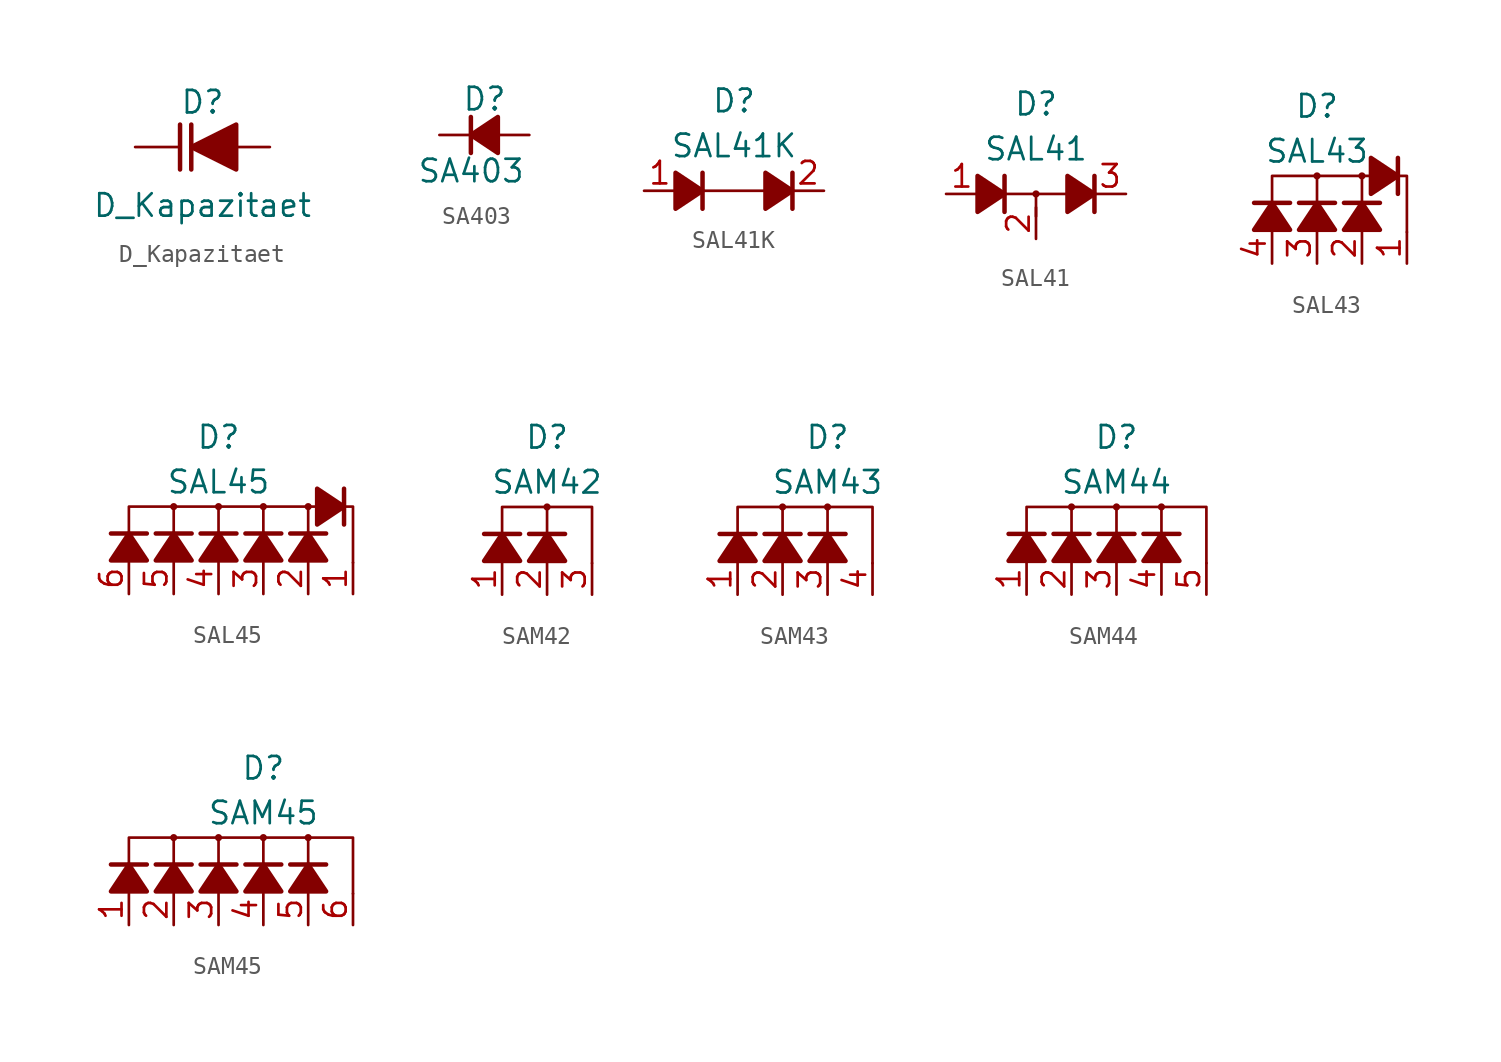
<source format=kicad_sym>
(kicad_symbol_lib
  (version 20241209)
  (generator "kicad_symbol_editor")
  (generator_version "9.0")
  (symbol "D_Kapazitaet"
    (pin_numbers
      (hide yes))
    (pin_names
      (offset 1.016)
      (hide yes))
    (property "Reference" "D"
      (at 0 2.54 0)
      (effects (font (size 1.27 1.27))))
    (property "Value" "D_Kapazitaet"
      (at 0 -3.302 0)
      (effects (font (size 1.27 1.27))))
    (symbol "D_Kapazitaet_0_1"
      (polyline (pts (xy -1.27 1.27) (xy -1.27 -1.27)) (stroke (width 0.254) (type default)) (fill (type none)))
      (polyline (pts (xy -0.635 1.27) (xy -0.635 -1.27)) (stroke (width 0.254) (type default)) (fill (type none)))
      (polyline (pts (xy 1.905 1.27) (xy 1.905 -1.27) (xy -0.635 0) (xy 1.905 1.27)) (stroke (width 0.254) (type default)) (fill (type outline))))
    (symbol "D_Kapazitaet_1_1"
      (pin passive line (at -3.81 0 0) (length 2.54) (name "K" (effects (font (size 1.27 1.27)))) (number "1" (effects (font (size 1.27 1.27)))))
      (pin passive line (at 3.81 0 180) (length 2.54) (name "A" (effects (font (size 1.27 1.27)))) (number "2" (effects (font (size 1.27 1.27)))))))
  (symbol "SA403"
    (pin_numbers
      (hide yes))
    (pin_names
      (offset 0.254)
      (hide yes))
    (property "Reference" "D"
      (at -1.27 2.032 0)
      (effects (font (size 1.27 1.27)) (justify left)))
    (property "Value" "SA403"
      (at -3.81 -2.032 0)
      (effects (font (size 1.27 1.27)) (justify left)))
    (symbol "SA403_0_1"
      (polyline (pts (xy -0.762 0) (xy 0.762 0)) (stroke (width 0) (type default)) (fill (type none)))
      (polyline (pts (xy -0.762 -1.016) (xy -0.762 1.016)) (stroke (width 0.254) (type default)) (fill (type none)))
      (polyline (pts (xy 0.762 -1.016) (xy -0.762 0) (xy 0.762 1.016) (xy 0.762 -1.016)) (stroke (width 0.254) (type default)) (fill (type outline))))
    (symbol "SA403_1_1"
      (pin passive line (at -2.54 0 0) (length 1.778) (name "K" (effects (font (size 1.27 1.27)))) (number "1" (effects (font (size 1.27 1.27)))))
      (pin passive line (at 2.54 0 180) (length 1.778) (name "A" (effects (font (size 1.27 1.27)))) (number "2" (effects (font (size 1.27 1.27)))))))
  (symbol "SAL41K"
    (pin_names
      (hide yes))
    (property "Reference" "D"
      (at 0 5.08 0)
      (effects (font (size 1.27 1.27))))
    (property "Value" "SAL41K"
      (at 0 2.54 0)
      (effects (font (size 1.27 1.27))))
    (symbol "SAL41K_0_1"
      (polyline (pts (xy -3.302 0) (xy -1.778 0)) (stroke (width 0) (type default)) (fill (type none)))
      (polyline (pts (xy -3.302 -1.016) (xy -1.778 0) (xy -3.302 1.016) (xy -3.302 -1.016)) (stroke (width 0.254) (type default)) (fill (type outline)))
      (polyline (pts (xy -1.778 -1.016) (xy -1.778 1.016)) (stroke (width 0.254) (type default)) (fill (type none)))
      (polyline (pts (xy 1.778 0) (xy 3.302 0)) (stroke (width 0) (type default)) (fill (type none)))
      (polyline (pts (xy 1.778 -1.016) (xy 3.302 0) (xy 1.778 1.016) (xy 1.778 -1.016)) (stroke (width 0.254) (type default)) (fill (type outline)))
      (polyline (pts (xy 1.905 0) (xy -1.905 0)) (stroke (width 0.152) (type default)) (fill (type none)))
      (polyline (pts (xy 3.302 -1.016) (xy 3.302 1.016)) (stroke (width 0.254) (type default)) (fill (type none))))
    (symbol "SAL41K_1_1"
      (pin passive line (at -5.08 0 0) (length 1.778) (name "A" (effects (font (size 1.27 1.27)))) (number "1" (effects (font (size 1.27 1.27)))))
      (pin passive line (at 5.08 0 180) (length 1.778) (name "K" (effects (font (size 1.27 1.27)))) (number "2" (effects (font (size 1.27 1.27)))))))
  (symbol "SAL41"
    (pin_names
      (hide yes))
    (property "Reference" "D"
      (at 0 5.08 0)
      (effects (font (size 1.27 1.27))))
    (property "Value" "SAL41"
      (at 0 2.54 0)
      (effects (font (size 1.27 1.27))))
    (symbol "SAL41_0_0"
      (circle (center 0 0) (radius 0.127) (stroke (width 0.152) (type default)) (fill (type none))))
    (symbol "SAL41_0_1"
      (polyline (pts (xy -3.302 0) (xy -1.778 0)) (stroke (width 0) (type default)) (fill (type none)))
      (polyline (pts (xy -3.302 -1.016) (xy -1.778 0) (xy -3.302 1.016) (xy -3.302 -1.016)) (stroke (width 0.254) (type default)) (fill (type outline)))
      (polyline (pts (xy -1.778 -1.016) (xy -1.778 1.016)) (stroke (width 0.254) (type default)) (fill (type none)))
      (polyline (pts (xy 0 -1.27) (xy 0 0)) (stroke (width 0.152) (type default)) (fill (type none)))
      (polyline (pts (xy 1.778 0) (xy 3.302 0)) (stroke (width 0) (type default)) (fill (type none)))
      (polyline (pts (xy 1.778 -1.016) (xy 3.302 0) (xy 1.778 1.016) (xy 1.778 -1.016)) (stroke (width 0.254) (type default)) (fill (type outline)))
      (polyline (pts (xy 1.905 0) (xy -1.905 0)) (stroke (width 0.152) (type default)) (fill (type none)))
      (polyline (pts (xy 3.302 -1.016) (xy 3.302 1.016)) (stroke (width 0.254) (type default)) (fill (type none))))
    (symbol "SAL41_1_1"
      (pin passive line (at -5.08 0 0) (length 1.778) (name "A" (effects (font (size 1.27 1.27)))) (number "1" (effects (font (size 1.27 1.27)))))
      (pin passive line (at 0 -2.54 90) (length 1.778) (name "KA" (effects (font (size 1.27 1.27)))) (number "2" (effects (font (size 1.27 1.27)))))
      (pin passive line (at 5.08 0 180) (length 1.778) (name "K" (effects (font (size 1.27 1.27)))) (number "3" (effects (font (size 1.27 1.27)))))))
  (symbol "SAL43"
    (pin_names
      (hide yes))
    (property "Reference" "D"
      (at 0 5.08 0)
      (effects (font (size 1.27 1.27))))
    (property "Value" "SAL43"
      (at 0 2.54 0)
      (effects (font (size 1.27 1.27))))
    (symbol "SAL43_0_0"
      (circle (center 0 1.143) (radius 0.127) (stroke (width 0.152) (type default)) (fill (type none)))
      (polyline (pts (xy 0 -0.381) (xy 0 1.143)) (stroke (width 0.152) (type default)) (fill (type none)))
      (circle (center 2.54 1.143) (radius 0.127) (stroke (width 0.152) (type default)) (fill (type none)))
      (polyline (pts (xy 2.54 -0.381) (xy 2.54 1.143)) (stroke (width 0.152) (type default)) (fill (type none)))
      (polyline (pts (xy 5.08 -2.032) (xy 5.08 1.143) (xy -2.54 1.143) (xy -2.54 -0.381)) (stroke (width 0.152) (type default)) (fill (type none))))
    (symbol "SAL43_0_1"
      (polyline (pts (xy -3.556 -0.381) (xy -1.524 -0.381)) (stroke (width 0.254) (type default)) (fill (type none)))
      (polyline (pts (xy -3.556 -1.905) (xy -2.54 -0.381) (xy -1.524 -1.905) (xy -3.556 -1.905)) (stroke (width 0.254) (type default)) (fill (type outline)))
      (polyline (pts (xy -1.016 -0.381) (xy 1.016 -0.381)) (stroke (width 0.254) (type default)) (fill (type none)))
      (polyline (pts (xy -1.016 -1.905) (xy 0 -0.381) (xy 1.016 -1.905) (xy -1.016 -1.905)) (stroke (width 0.254) (type default)) (fill (type outline)))
      (polyline (pts (xy 1.524 -0.381) (xy 3.556 -0.381)) (stroke (width 0.254) (type default)) (fill (type none)))
      (polyline (pts (xy 1.524 -1.905) (xy 2.54 -0.381) (xy 3.556 -1.905) (xy 1.524 -1.905)) (stroke (width 0.254) (type default)) (fill (type outline)))
      (polyline (pts (xy 3.048 2.159) (xy 4.572 1.143) (xy 3.048 0.127) (xy 3.048 2.159)) (stroke (width 0.254) (type default)) (fill (type outline)))
      (polyline (pts (xy 4.572 2.159) (xy 4.572 0.127)) (stroke (width 0.254) (type default)) (fill (type none))))
    (symbol "SAL43_1_1"
      (pin passive line (at -2.54 -3.81 90) (length 1.778) (name "A3" (effects (font (size 1.27 1.27)))) (number "4" (effects (font (size 1.27 1.27)))))
      (pin passive line (at 0 -3.81 90) (length 1.778) (name "A2" (effects (font (size 1.27 1.27)))) (number "3" (effects (font (size 1.27 1.27)))))
      (pin passive line (at 2.54 -3.81 90) (length 1.778) (name "A1" (effects (font (size 1.27 1.27)))) (number "2" (effects (font (size 1.27 1.27)))))
      (pin passive line (at 5.08 -3.81 90) (length 1.778) (name "K" (effects (font (size 1.27 1.27)))) (number "1" (effects (font (size 1.27 1.27)))))))
  (symbol "SAL45"
    (pin_names
      (hide yes))
    (property "Reference" "D"
      (at 0 5.08 0)
      (effects (font (size 1.27 1.27))))
    (property "Value" "SAL45"
      (at 0 2.54 0)
      (effects (font (size 1.27 1.27))))
    (symbol "SAL45_0_0"
      (circle (center -2.54 1.143) (radius 0.127) (stroke (width 0.152) (type default)) (fill (type none)))
      (polyline (pts (xy -2.54 -0.381) (xy -2.54 1.143)) (stroke (width 0.152) (type default)) (fill (type none)))
      (circle (center 0 1.143) (radius 0.127) (stroke (width 0.152) (type default)) (fill (type none)))
      (polyline (pts (xy 0 -0.381) (xy 0 1.143)) (stroke (width 0.152) (type default)) (fill (type none)))
      (circle (center 2.54 1.143) (radius 0.127) (stroke (width 0.152) (type default)) (fill (type none)))
      (polyline (pts (xy 2.54 -0.381) (xy 2.54 1.143)) (stroke (width 0.152) (type default)) (fill (type none)))
      (circle (center 5.08 1.143) (radius 0.127) (stroke (width 0.152) (type default)) (fill (type none)))
      (polyline (pts (xy 5.08 -0.381) (xy 5.08 1.143)) (stroke (width 0.152) (type default)) (fill (type none)))
      (polyline (pts (xy 7.62 -2.032) (xy 7.62 1.143) (xy -5.08 1.143) (xy -5.08 -0.381)) (stroke (width 0.152) (type default)) (fill (type none))))
    (symbol "SAL45_0_1"
      (polyline (pts (xy -6.096 -0.381) (xy -4.064 -0.381)) (stroke (width 0.254) (type default)) (fill (type none)))
      (polyline (pts (xy -6.096 -1.905) (xy -5.08 -0.381) (xy -4.064 -1.905) (xy -6.096 -1.905)) (stroke (width 0.254) (type default)) (fill (type outline)))
      (polyline (pts (xy -3.556 -0.381) (xy -1.524 -0.381)) (stroke (width 0.254) (type default)) (fill (type none)))
      (polyline (pts (xy -3.556 -1.905) (xy -2.54 -0.381) (xy -1.524 -1.905) (xy -3.556 -1.905)) (stroke (width 0.254) (type default)) (fill (type outline)))
      (polyline (pts (xy -1.016 -0.381) (xy 1.016 -0.381)) (stroke (width 0.254) (type default)) (fill (type none)))
      (polyline (pts (xy -1.016 -1.905) (xy 0 -0.381) (xy 1.016 -1.905) (xy -1.016 -1.905)) (stroke (width 0.254) (type default)) (fill (type outline)))
      (polyline (pts (xy 1.524 -0.381) (xy 3.556 -0.381)) (stroke (width 0.254) (type default)) (fill (type none)))
      (polyline (pts (xy 1.524 -1.905) (xy 2.54 -0.381) (xy 3.556 -1.905) (xy 1.524 -1.905)) (stroke (width 0.254) (type default)) (fill (type outline)))
      (polyline (pts (xy 4.064 -0.381) (xy 6.096 -0.381)) (stroke (width 0.254) (type default)) (fill (type none)))
      (polyline (pts (xy 4.064 -1.905) (xy 5.08 -0.381) (xy 6.096 -1.905) (xy 4.064 -1.905)) (stroke (width 0.254) (type default)) (fill (type outline)))
      (polyline (pts (xy 5.588 2.159) (xy 7.112 1.143) (xy 5.588 0.127) (xy 5.588 2.159)) (stroke (width 0.254) (type default)) (fill (type outline)))
      (polyline (pts (xy 7.112 2.159) (xy 7.112 0.127)) (stroke (width 0.254) (type default)) (fill (type none))))
    (symbol "SAL45_1_1"
      (pin passive line (at -5.08 -3.81 90) (length 1.778) (name "A5" (effects (font (size 1.27 1.27)))) (number "6" (effects (font (size 1.27 1.27)))))
      (pin passive line (at -2.54 -3.81 90) (length 1.778) (name "A4" (effects (font (size 1.27 1.27)))) (number "5" (effects (font (size 1.27 1.27)))))
      (pin passive line (at 0 -3.81 90) (length 1.778) (name "A3" (effects (font (size 1.27 1.27)))) (number "4" (effects (font (size 1.27 1.27)))))
      (pin passive line (at 2.54 -3.81 90) (length 1.778) (name "A2" (effects (font (size 1.27 1.27)))) (number "3" (effects (font (size 1.27 1.27)))))
      (pin passive line (at 5.08 -3.81 90) (length 1.778) (name "A1" (effects (font (size 1.27 1.27)))) (number "2" (effects (font (size 1.27 1.27)))))
      (pin passive line (at 7.62 -3.81 90) (length 1.778) (name "K" (effects (font (size 1.27 1.27)))) (number "1" (effects (font (size 1.27 1.27)))))))
  (symbol "SAM42"
    (pin_names
      (hide yes))
    (property "Reference" "D"
      (at 0 5.08 0)
      (effects (font (size 1.27 1.27))))
    (property "Value" "SAM42"
      (at 0 2.54 0)
      (effects (font (size 1.27 1.27))))
    (symbol "SAM42_0_0"
      (circle (center 0 1.143) (radius 0.127) (stroke (width 0.152) (type default)) (fill (type none)))
      (polyline (pts (xy 0 -0.381) (xy 0 1.143)) (stroke (width 0.152) (type default)) (fill (type none)))
      (polyline (pts (xy 2.54 -2.032) (xy 2.54 1.143) (xy -2.54 1.143) (xy -2.54 -0.381)) (stroke (width 0.152) (type default)) (fill (type none))))
    (symbol "SAM42_0_1"
      (polyline (pts (xy -3.556 -0.381) (xy -1.524 -0.381)) (stroke (width 0.254) (type default)) (fill (type none)))
      (polyline (pts (xy -3.556 -1.905) (xy -2.54 -0.381) (xy -1.524 -1.905) (xy -3.556 -1.905)) (stroke (width 0.254) (type default)) (fill (type outline)))
      (polyline (pts (xy -1.016 -0.381) (xy 1.016 -0.381)) (stroke (width 0.254) (type default)) (fill (type none)))
      (polyline (pts (xy -1.016 -1.905) (xy 0 -0.381) (xy 1.016 -1.905) (xy -1.016 -1.905)) (stroke (width 0.254) (type default)) (fill (type outline))))
    (symbol "SAM42_1_1"
      (pin passive line (at -2.54 -3.81 90) (length 1.778) (name "K" (effects (font (size 1.27 1.27)))) (number "1" (effects (font (size 1.27 1.27)))))
      (pin passive line (at 0 -3.81 90) (length 1.778) (name "A1" (effects (font (size 1.27 1.27)))) (number "2" (effects (font (size 1.27 1.27)))))
      (pin passive line (at 2.54 -3.81 90) (length 1.778) (name "A2" (effects (font (size 1.27 1.27)))) (number "3" (effects (font (size 1.27 1.27)))))))
  (symbol "SAM43"
    (pin_names
      (hide yes))
    (property "Reference" "D"
      (at 0 5.08 0)
      (effects (font (size 1.27 1.27))))
    (property "Value" "SAM43"
      (at 0 2.54 0)
      (effects (font (size 1.27 1.27))))
    (symbol "SAM43_0_0"
      (circle (center -2.54 1.143) (radius 0.127) (stroke (width 0.152) (type default)) (fill (type none)))
      (polyline (pts (xy -2.54 -0.381) (xy -2.54 1.143)) (stroke (width 0.152) (type default)) (fill (type none)))
      (circle (center 0 1.143) (radius 0.127) (stroke (width 0.152) (type default)) (fill (type none)))
      (polyline (pts (xy 0 -0.381) (xy 0 1.143)) (stroke (width 0.152) (type default)) (fill (type none)))
      (polyline (pts (xy 2.54 -2.032) (xy 2.54 1.143) (xy -5.08 1.143) (xy -5.08 -0.381)) (stroke (width 0.152) (type default)) (fill (type none))))
    (symbol "SAM43_0_1"
      (polyline (pts (xy -6.096 -0.381) (xy -4.064 -0.381)) (stroke (width 0.254) (type default)) (fill (type none)))
      (polyline (pts (xy -6.096 -1.905) (xy -5.08 -0.381) (xy -4.064 -1.905) (xy -6.096 -1.905)) (stroke (width 0.254) (type default)) (fill (type outline)))
      (polyline (pts (xy -3.556 -0.381) (xy -1.524 -0.381)) (stroke (width 0.254) (type default)) (fill (type none)))
      (polyline (pts (xy -3.556 -1.905) (xy -2.54 -0.381) (xy -1.524 -1.905) (xy -3.556 -1.905)) (stroke (width 0.254) (type default)) (fill (type outline)))
      (polyline (pts (xy -1.016 -0.381) (xy 1.016 -0.381)) (stroke (width 0.254) (type default)) (fill (type none)))
      (polyline (pts (xy -1.016 -1.905) (xy 0 -0.381) (xy 1.016 -1.905) (xy -1.016 -1.905)) (stroke (width 0.254) (type default)) (fill (type outline))))
    (symbol "SAM43_1_1"
      (pin passive line (at -5.08 -3.81 90) (length 1.778) (name "K" (effects (font (size 1.27 1.27)))) (number "1" (effects (font (size 1.27 1.27)))))
      (pin passive line (at -2.54 -3.81 90) (length 1.778) (name "A1" (effects (font (size 1.27 1.27)))) (number "2" (effects (font (size 1.27 1.27)))))
      (pin passive line (at 0 -3.81 90) (length 1.778) (name "A2" (effects (font (size 1.27 1.27)))) (number "3" (effects (font (size 1.27 1.27)))))
      (pin passive line (at 2.54 -3.81 90) (length 1.778) (name "A3" (effects (font (size 1.27 1.27)))) (number "4" (effects (font (size 1.27 1.27)))))))
  (symbol "SAM44"
    (pin_names
      (hide yes))
    (property "Reference" "D"
      (at 0 5.08 0)
      (effects (font (size 1.27 1.27))))
    (property "Value" "SAM44"
      (at 0 2.54 0)
      (effects (font (size 1.27 1.27))))
    (symbol "SAM44_0_0"
      (circle (center -2.54 1.143) (radius 0.127) (stroke (width 0.152) (type default)) (fill (type none)))
      (polyline (pts (xy -2.54 -0.381) (xy -2.54 1.143)) (stroke (width 0.152) (type default)) (fill (type none)))
      (circle (center 0 1.143) (radius 0.127) (stroke (width 0.152) (type default)) (fill (type none)))
      (polyline (pts (xy 0 -0.381) (xy 0 1.143)) (stroke (width 0.152) (type default)) (fill (type none)))
      (circle (center 2.54 1.143) (radius 0.127) (stroke (width 0.152) (type default)) (fill (type none)))
      (polyline (pts (xy 2.54 -0.381) (xy 2.54 1.143)) (stroke (width 0.152) (type default)) (fill (type none)))
      (polyline (pts (xy 5.08 -2.032) (xy 5.08 1.143) (xy -5.08 1.143) (xy -5.08 -0.381)) (stroke (width 0.152) (type default)) (fill (type none))))
    (symbol "SAM44_0_1"
      (polyline (pts (xy -6.096 -0.381) (xy -4.064 -0.381)) (stroke (width 0.254) (type default)) (fill (type none)))
      (polyline (pts (xy -6.096 -1.905) (xy -5.08 -0.381) (xy -4.064 -1.905) (xy -6.096 -1.905)) (stroke (width 0.254) (type default)) (fill (type outline)))
      (polyline (pts (xy -3.556 -0.381) (xy -1.524 -0.381)) (stroke (width 0.254) (type default)) (fill (type none)))
      (polyline (pts (xy -3.556 -1.905) (xy -2.54 -0.381) (xy -1.524 -1.905) (xy -3.556 -1.905)) (stroke (width 0.254) (type default)) (fill (type outline)))
      (polyline (pts (xy -1.016 -0.381) (xy 1.016 -0.381)) (stroke (width 0.254) (type default)) (fill (type none)))
      (polyline (pts (xy -1.016 -1.905) (xy 0 -0.381) (xy 1.016 -1.905) (xy -1.016 -1.905)) (stroke (width 0.254) (type default)) (fill (type outline)))
      (polyline (pts (xy 1.524 -0.381) (xy 3.556 -0.381)) (stroke (width 0.254) (type default)) (fill (type none)))
      (polyline (pts (xy 1.524 -1.905) (xy 2.54 -0.381) (xy 3.556 -1.905) (xy 1.524 -1.905)) (stroke (width 0.254) (type default)) (fill (type outline))))
    (symbol "SAM44_1_1"
      (pin passive line (at -5.08 -3.81 90) (length 1.778) (name "K" (effects (font (size 1.27 1.27)))) (number "1" (effects (font (size 1.27 1.27)))))
      (pin passive line (at -2.54 -3.81 90) (length 1.778) (name "A1" (effects (font (size 1.27 1.27)))) (number "2" (effects (font (size 1.27 1.27)))))
      (pin passive line (at 0 -3.81 90) (length 1.778) (name "A2" (effects (font (size 1.27 1.27)))) (number "3" (effects (font (size 1.27 1.27)))))
      (pin passive line (at 2.54 -3.81 90) (length 1.778) (name "A3" (effects (font (size 1.27 1.27)))) (number "4" (effects (font (size 1.27 1.27)))))
      (pin passive line (at 5.08 -3.81 90) (length 1.778) (name "A4" (effects (font (size 1.27 1.27)))) (number "5" (effects (font (size 1.27 1.27)))))))
  (symbol "SAM45"
    (pin_names
      (hide yes))
    (property "Reference" "D"
      (at 0 5.08 0)
      (effects (font (size 1.27 1.27))))
    (property "Value" "SAM45"
      (at 0 2.54 0)
      (effects (font (size 1.27 1.27))))
    (symbol "SAM45_0_0"
      (circle (center -5.08 1.143) (radius 0.127) (stroke (width 0.152) (type default)) (fill (type none)))
      (polyline (pts (xy -5.08 -0.381) (xy -5.08 1.143)) (stroke (width 0.152) (type default)) (fill (type none)))
      (circle (center -2.54 1.143) (radius 0.127) (stroke (width 0.152) (type default)) (fill (type none)))
      (polyline (pts (xy -2.54 -0.381) (xy -2.54 1.143)) (stroke (width 0.152) (type default)) (fill (type none)))
      (circle (center 0 1.143) (radius 0.127) (stroke (width 0.152) (type default)) (fill (type none)))
      (polyline (pts (xy 0 -0.381) (xy 0 1.143)) (stroke (width 0.152) (type default)) (fill (type none)))
      (circle (center 2.54 1.143) (radius 0.127) (stroke (width 0.152) (type default)) (fill (type none)))
      (polyline (pts (xy 2.54 -0.381) (xy 2.54 1.143)) (stroke (width 0.152) (type default)) (fill (type none)))
      (polyline (pts (xy 5.08 -2.032) (xy 5.08 1.143) (xy -7.62 1.143) (xy -7.62 -0.381)) (stroke (width 0.152) (type default)) (fill (type none))))
    (symbol "SAM45_0_1"
      (polyline (pts (xy -8.636 -0.381) (xy -6.604 -0.381)) (stroke (width 0.254) (type default)) (fill (type none)))
      (polyline (pts (xy -8.636 -1.905) (xy -7.62 -0.381) (xy -6.604 -1.905) (xy -8.636 -1.905)) (stroke (width 0.254) (type default)) (fill (type outline)))
      (polyline (pts (xy -6.096 -0.381) (xy -4.064 -0.381)) (stroke (width 0.254) (type default)) (fill (type none)))
      (polyline (pts (xy -6.096 -1.905) (xy -5.08 -0.381) (xy -4.064 -1.905) (xy -6.096 -1.905)) (stroke (width 0.254) (type default)) (fill (type outline)))
      (polyline (pts (xy -3.556 -0.381) (xy -1.524 -0.381)) (stroke (width 0.254) (type default)) (fill (type none)))
      (polyline (pts (xy -3.556 -1.905) (xy -2.54 -0.381) (xy -1.524 -1.905) (xy -3.556 -1.905)) (stroke (width 0.254) (type default)) (fill (type outline)))
      (polyline (pts (xy -1.016 -0.381) (xy 1.016 -0.381)) (stroke (width 0.254) (type default)) (fill (type none)))
      (polyline (pts (xy -1.016 -1.905) (xy 0 -0.381) (xy 1.016 -1.905) (xy -1.016 -1.905)) (stroke (width 0.254) (type default)) (fill (type outline)))
      (polyline (pts (xy 1.524 -0.381) (xy 3.556 -0.381)) (stroke (width 0.254) (type default)) (fill (type none)))
      (polyline (pts (xy 1.524 -1.905) (xy 2.54 -0.381) (xy 3.556 -1.905) (xy 1.524 -1.905)) (stroke (width 0.254) (type default)) (fill (type outline))))
    (symbol "SAM45_1_1"
      (pin passive line (at -7.62 -3.81 90) (length 1.778) (name "K" (effects (font (size 1.27 1.27)))) (number "1" (effects (font (size 1.27 1.27)))))
      (pin passive line (at -5.08 -3.81 90) (length 1.778) (name "A1" (effects (font (size 1.27 1.27)))) (number "2" (effects (font (size 1.27 1.27)))))
      (pin passive line (at -2.54 -3.81 90) (length 1.778) (name "A2" (effects (font (size 1.27 1.27)))) (number "3" (effects (font (size 1.27 1.27)))))
      (pin passive line (at 0 -3.81 90) (length 1.778) (name "A3" (effects (font (size 1.27 1.27)))) (number "4" (effects (font (size 1.27 1.27)))))
      (pin passive line (at 2.54 -3.81 90) (length 1.778) (name "A4" (effects (font (size 1.27 1.27)))) (number "5" (effects (font (size 1.27 1.27)))))
      (pin passive line (at 5.08 -3.81 90) (length 1.778) (name "A5" (effects (font (size 1.27 1.27)))) (number "6" (effects (font (size 1.27 1.27))))))))
</source>
